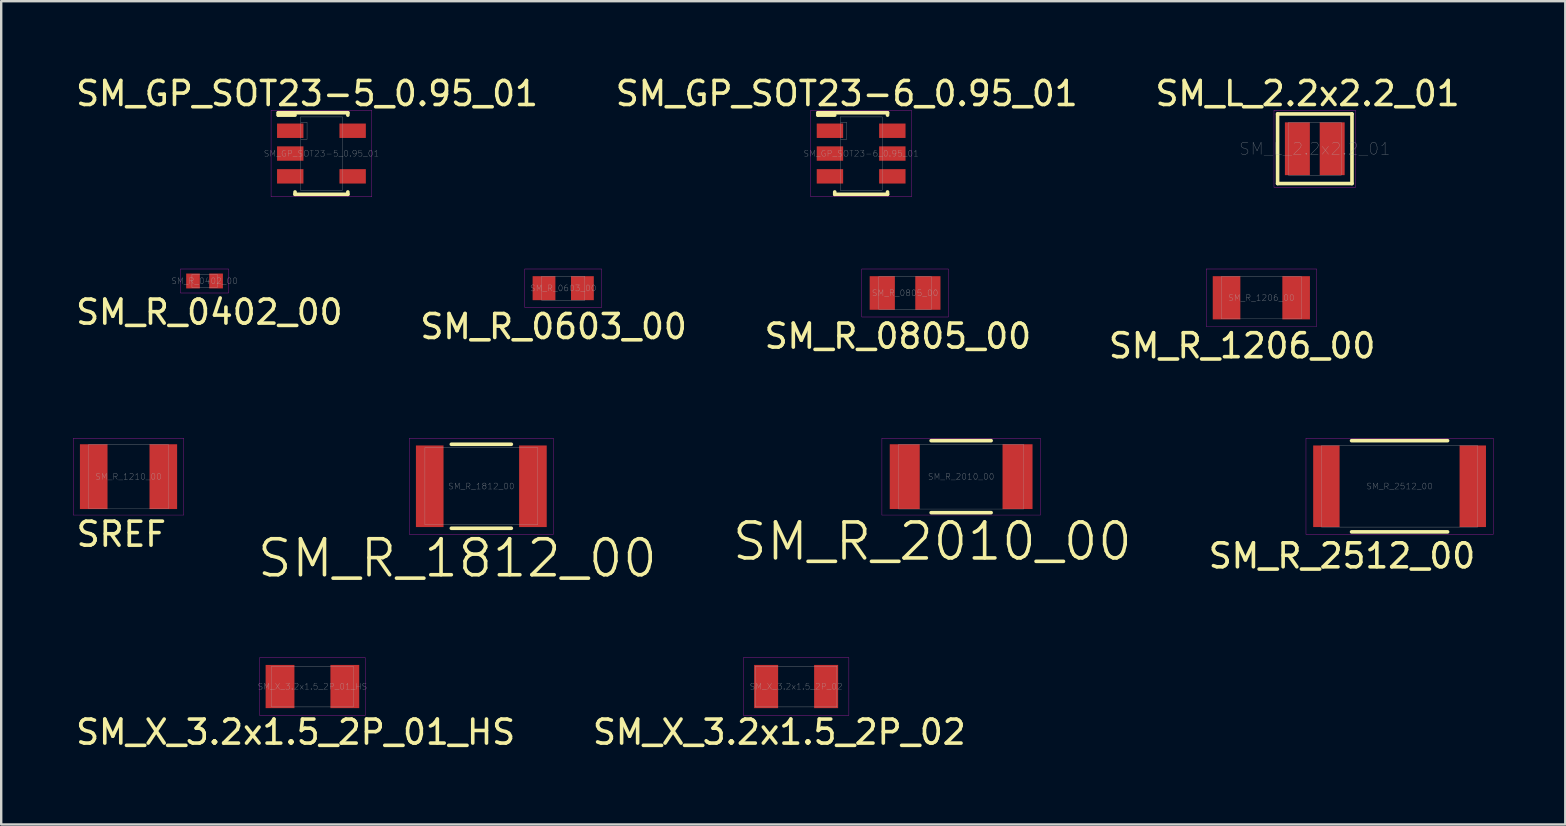
<source format=kicad_pcb>
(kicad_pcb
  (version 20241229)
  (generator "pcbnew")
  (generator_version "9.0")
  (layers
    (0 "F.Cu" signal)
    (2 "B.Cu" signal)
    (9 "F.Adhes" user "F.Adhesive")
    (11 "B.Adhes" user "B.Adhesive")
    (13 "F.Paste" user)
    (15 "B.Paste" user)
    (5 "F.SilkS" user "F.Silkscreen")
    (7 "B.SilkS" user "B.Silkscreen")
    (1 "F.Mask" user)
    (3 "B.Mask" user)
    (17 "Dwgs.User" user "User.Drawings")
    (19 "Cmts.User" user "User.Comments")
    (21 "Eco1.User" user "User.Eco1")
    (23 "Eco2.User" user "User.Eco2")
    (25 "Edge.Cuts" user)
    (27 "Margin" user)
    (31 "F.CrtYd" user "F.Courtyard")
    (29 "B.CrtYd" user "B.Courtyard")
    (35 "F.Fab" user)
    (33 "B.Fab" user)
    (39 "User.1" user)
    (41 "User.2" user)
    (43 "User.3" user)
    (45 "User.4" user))
  (footprint "SM_R_0603_00"
    (layer "F.Cu")
    (at 20.418 8.958)
    (property "Reference" "SM_R_0603_00" (at 0 0 0) (layer "F.Fab") (effects (font (size 0.25 0.25) (thickness 0.01))))
    (attr through_hole)
    (fp_line (start -1.6 -0.8) (end -1.6 0.8) (stroke (width 0.01) (type solid)) (layer "F.CrtYd"))
    (fp_line (start -1.6 0.8) (end 1.6 0.8) (stroke (width 0.01) (type solid)) (layer "F.CrtYd"))
    (fp_line (start 1.6 -0.8) (end -1.6 -0.8) (stroke (width 0.01) (type solid)) (layer "F.CrtYd"))
    (fp_line (start 1.6 0.8) (end 1.6 -0.8) (stroke (width 0.01) (type solid)) (layer "F.CrtYd"))
    (fp_line (start -0.9 -0.5) (end -0.9 0.5) (stroke (width 0.01) (type solid)) (layer "F.Fab"))
    (fp_line (start -0.9 0.5) (end 0.9 0.5) (stroke (width 0.01) (type solid)) (layer "F.Fab"))
    (fp_line (start 0.9 -0.5) (end -0.9 -0.5) (stroke (width 0.01) (type solid)) (layer "F.Fab"))
    (fp_line (start 0.9 0.5) (end 0.9 -0.5) (stroke (width 0.01) (type solid)) (layer "F.Fab"))
    (fp_text user "${REFERENCE}" (at -0.4 1.6 0) (layer "F.SilkS") (effects (font (size 1 1) (thickness 0.15))))
    (pad "1" smd rect (at -0.8 0) (size 0.95 1) (layers "F.Cu" "F.Mask" "F.Paste"))
    (pad "2" smd rect (at 0.8 0) (size 0.95 1) (layers "F.Cu" "F.Mask" "F.Paste")))
  (footprint "SM_GP_SOT23-6_0.95_01"
    (layer "F.Cu")
    (at 32.832 3.348)
    (property "Reference" "SM_GP_SOT23-6_0.95_01" (at 0 0 0) (layer "F.Fab") (effects (font (size 0.25 0.25) (thickness 0.01))))
    (attr through_hole)
    (fp_line (start -1.8 -1.7) (end -1.8 -1.6) (stroke (width 0.15) (type solid)) (layer "F.SilkS"))
    (fp_line (start -1.8 -1.6) (end -1.1 -1.6) (stroke (width 0.15) (type solid)) (layer "F.SilkS"))
    (fp_line (start -1.1 -1.7) (end -1.8 -1.7) (stroke (width 0.15) (type solid)) (layer "F.SilkS"))
    (fp_line (start -1.1 1.7) (end -1.1 1.6) (stroke (width 0.15) (type solid)) (layer "F.SilkS"))
    (fp_line (start -1.1 1.7) (end 1.1 1.7) (stroke (width 0.15) (type solid)) (layer "F.SilkS"))
    (fp_line (start 1.1 -1.7) (end -1.1 -1.7) (stroke (width 0.15) (type solid)) (layer "F.SilkS"))
    (fp_line (start 1.1 -1.7) (end 1.1 -1.6) (stroke (width 0.15) (type solid)) (layer "F.SilkS"))
    (fp_line (start 1.1 1.7) (end 1.1 1.6) (stroke (width 0.15) (type solid)) (layer "F.SilkS"))
    (fp_line (start -2.1 -1.8) (end -2.1 1.8) (stroke (width 0.01) (type solid)) (layer "F.CrtYd"))
    (fp_line (start -2.1 1.8) (end 2.1 1.8) (stroke (width 0.01) (type solid)) (layer "F.CrtYd"))
    (fp_line (start 2.1 -1.8) (end -2.1 -1.8) (stroke (width 0.01) (type solid)) (layer "F.CrtYd"))
    (fp_line (start 2.1 1.8) (end 2.1 -1.8) (stroke (width 0.01) (type solid)) (layer "F.CrtYd"))
    (fp_line (start -0.875 -1.525) (end -0.875 1.525) (stroke (width 0.01) (type solid)) (layer "F.Fab"))
    (fp_line (start -0.875 1.525) (end 0.875 1.525) (stroke (width 0.01) (type solid)) (layer "F.Fab"))
    (fp_line (start -0.85 -1.3) (end -0.6 -1.3) (stroke (width 0.01) (type solid)) (layer "F.Fab"))
    (fp_line (start -0.6 -1.3) (end -0.6 -0.6) (stroke (width 0.01) (type solid)) (layer "F.Fab"))
    (fp_line (start -0.6 -0.6) (end -0.85 -0.6) (stroke (width 0.01) (type solid)) (layer "F.Fab"))
    (fp_line (start 0.875 -1.525) (end -0.875 -1.525) (stroke (width 0.01) (type solid)) (layer "F.Fab"))
    (fp_line (start 0.875 1.525) (end 0.875 -1.525) (stroke (width 0.01) (type solid)) (layer "F.Fab"))
    (fp_text user "${REFERENCE}" (at -0.6 -2.5 0) (layer "F.SilkS") (effects (font (size 1 1) (thickness 0.15))))
    (pad "1" smd rect (at -1.3 -0.95) (size 1.1 0.6) (layers "F.Cu" "F.Mask" "F.Paste"))
    (pad "2" smd rect (at -1.3 0) (size 1.1 0.6) (layers "F.Cu" "F.Mask" "F.Paste"))
    (pad "3" smd rect (at -1.3 0.95) (size 1.1 0.6) (layers "F.Cu" "F.Mask" "F.Paste"))
    (pad "4" smd rect (at 1.3 0.95) (size 1.1 0.6) (layers "F.Cu" "F.Mask" "F.Paste"))
    (pad "5" smd rect (at 1.3 0) (size 1.1 0.6) (layers "F.Cu" "F.Mask" "F.Paste"))
    (pad "6" smd rect (at 1.3 -0.95) (size 1.1 0.6) (layers "F.Cu" "F.Mask" "F.Paste")))
  (footprint "SM_L_2.2x2.2_01"
    (layer "F.Cu")
    (at 51.735 3.148)
    (property "Reference" "SM_L_2.2x2.2_01" (at 0 0 0) (layer "F.Fab") (effects (font (size 0.5 0.5) (thickness 0.01))))
    (attr through_hole)
    (fp_line (start -1.55 -1.45) (end 1.55 -1.45) (stroke (width 0.15) (type solid)) (layer "F.SilkS"))
    (fp_line (start -1.55 1.45) (end -1.55 -1.45) (stroke (width 0.15) (type solid)) (layer "F.SilkS"))
    (fp_line (start 1.55 -1.45) (end 1.55 1.45) (stroke (width 0.15) (type solid)) (layer "F.SilkS"))
    (fp_line (start 1.55 1.45) (end -1.55 1.45) (stroke (width 0.15) (type solid)) (layer "F.SilkS"))
    (fp_line (start -1.7 -1.6) (end -1.7 1.6) (stroke (width 0.01) (type solid)) (layer "F.CrtYd"))
    (fp_line (start -1.7 1.6) (end 1.7 1.6) (stroke (width 0.01) (type solid)) (layer "F.CrtYd"))
    (fp_line (start -1.6 -1.6) (end -1.7 -1.6) (stroke (width 0.01) (type solid)) (layer "F.CrtYd"))
    (fp_line (start 1.7 -1.6) (end -1.6 -1.6) (stroke (width 0.01) (type solid)) (layer "F.CrtYd"))
    (fp_line (start 1.7 1.6) (end 1.7 -1.6) (stroke (width 0.01) (type solid)) (layer "F.CrtYd"))
    (fp_line (start -1.1 -1.1) (end -1.1 1.1) (stroke (width 0.01) (type solid)) (layer "F.Fab"))
    (fp_line (start -1.1 1.1) (end 1.1 1.1) (stroke (width 0.01) (type solid)) (layer "F.Fab"))
    (fp_line (start 1.1 -1.1) (end -1.1 -1.1) (stroke (width 0.01) (type solid)) (layer "F.Fab"))
    (fp_line (start 1.1 1.1) (end 1.1 -1.1) (stroke (width 0.01) (type solid)) (layer "F.Fab"))
    (fp_text user "${REFERENCE}" (at -0.3 -2.3 0) (layer "F.SilkS") (effects (font (size 1 1) (thickness 0.15))))
    (pad "1" smd rect (at -0.725 0) (size 1.04 2.2) (layers "F.Cu" "F.Mask" "F.Paste"))
    (pad "2" smd rect (at 0.725 0) (size 1.04 2.2) (layers "F.Cu" "F.Mask" "F.Paste")))
  (footprint "SM_X_3.2x1.5_2P_02"
    (layer "F.Cu")
    (at 30.123 25.557)
    (property "Reference" "SM_X_3.2x1.5_2P_02" (at 0 0 0) (layer "F.Fab") (effects (font (size 0.25 0.25) (thickness 0.01))))
    (attr through_hole)
    (fp_line (start -2.2 -1.2) (end -2.2 1.2) (stroke (width 0.01) (type solid)) (layer "F.CrtYd"))
    (fp_line (start -2.2 1.2) (end 2.2 1.2) (stroke (width 0.01) (type solid)) (layer "F.CrtYd"))
    (fp_line (start 2.2 -1.2) (end -2.2 -1.2) (stroke (width 0.01) (type solid)) (layer "F.CrtYd"))
    (fp_line (start 2.2 1.2) (end 2.2 -1.2) (stroke (width 0.01) (type solid)) (layer "F.CrtYd"))
    (fp_line (start -1.7 -0.85) (end -1.7 0.85) (stroke (width 0.01) (type solid)) (layer "F.Fab"))
    (fp_line (start -1.7 0.85) (end 1.7 0.85) (stroke (width 0.01) (type solid)) (layer "F.Fab"))
    (fp_line (start 1.7 -0.85) (end -1.7 -0.85) (stroke (width 0.01) (type solid)) (layer "F.Fab"))
    (fp_line (start 1.7 0.85) (end 1.7 -0.85) (stroke (width 0.01) (type solid)) (layer "F.Fab"))
    (fp_text user "${REFERENCE}" (at -0.7 1.9 0) (layer "F.SilkS") (effects (font (size 1 1) (thickness 0.15))))
    (pad "1" smd rect (at -1.25 0) (size 1 1.8) (layers "F.Cu" "F.Mask" "F.Paste"))
    (pad "2" smd rect (at 1.25 0) (size 1 1.8) (layers "F.Cu" "F.Mask" "F.Paste")))
  (footprint "SM_R_2010_00"
    (layer "F.Cu")
    (at 36.999 16.811)
    (property "Reference" "SM_R_2010_00" (at 0 0 0) (layer "F.Fab") (effects (font (size 0.25 0.25) (thickness 0.01))))
    (attr through_hole)
    (fp_line (start -1.25 -1.5) (end 1.25 -1.5) (stroke (width 0.15) (type solid)) (layer "F.SilkS"))
    (fp_line (start -1.25 1.5) (end 1.25 1.5) (stroke (width 0.15) (type solid)) (layer "F.SilkS"))
    (fp_line (start -3.3 -1.6) (end -3.3 1.6) (stroke (width 0.01) (type solid)) (layer "F.CrtYd"))
    (fp_line (start -3.3 1.6) (end 3.3 1.6) (stroke (width 0.01) (type solid)) (layer "F.CrtYd"))
    (fp_line (start 3.3 -1.6) (end -3.3 -1.6) (stroke (width 0.01) (type solid)) (layer "F.CrtYd"))
    (fp_line (start 3.3 1.6) (end 3.3 -1.6) (stroke (width 0.01) (type solid)) (layer "F.CrtYd"))
    (fp_line (start -2.6 -1.35) (end -2.6 1.35) (stroke (width 0.01) (type solid)) (layer "F.Fab"))
    (fp_line (start -2.6 1.35) (end 2.6 1.35) (stroke (width 0.01) (type solid)) (layer "F.Fab"))
    (fp_line (start 2.6 -1.35) (end -2.6 -1.35) (stroke (width 0.01) (type solid)) (layer "F.Fab"))
    (fp_line (start 2.6 1.35) (end 2.6 -1.35) (stroke (width 0.01) (type solid)) (layer "F.Fab"))
    (fp_text user "${REFERENCE}" (at -1.2 2.7 0) (layer "F.SilkS") (effects (font (size 1.5 1.5) (thickness 0.15))))
    (pad "1" smd rect (at -2.35 0) (size 1.25 2.7) (layers "F.Cu" "F.Mask" "F.Paste"))
    (pad "2" smd rect (at 2.35 0) (size 1.25 2.7) (layers "F.Cu" "F.Mask" "F.Paste")))
  (footprint "SM_R_1206_00"
    (layer "F.Cu")
    (at 49.508 9.358)
    (property "Reference" "SM_R_1206_00" (at 0 0 0) (layer "F.Fab") (effects (font (size 0.25 0.25) (thickness 0.01))))
    (attr through_hole)
    (fp_line (start -2.3 -1.2) (end -2.3 1.2) (stroke (width 0.01) (type solid)) (layer "F.CrtYd"))
    (fp_line (start -2.3 1.2) (end 2.3 1.2) (stroke (width 0.01) (type solid)) (layer "F.CrtYd"))
    (fp_line (start 2.3 -1.2) (end -2.3 -1.2) (stroke (width 0.01) (type solid)) (layer "F.CrtYd"))
    (fp_line (start 2.3 1.2) (end 2.3 -1.2) (stroke (width 0.01) (type solid)) (layer "F.CrtYd"))
    (fp_line (start -1.675 -0.875) (end -1.675 0.875) (stroke (width 0.01) (type solid)) (layer "F.Fab"))
    (fp_line (start -1.675 0.875) (end 1.675 0.875) (stroke (width 0.01) (type solid)) (layer "F.Fab"))
    (fp_line (start 1.675 -0.875) (end -1.675 -0.875) (stroke (width 0.01) (type solid)) (layer "F.Fab"))
    (fp_line (start 1.675 0.875) (end 1.675 -0.875) (stroke (width 0.01) (type solid)) (layer "F.Fab"))
    (fp_text user "${REFERENCE}" (at -0.8 2 0) (layer "F.SilkS") (effects (font (size 1 1) (thickness 0.15))))
    (pad "1" smd rect (at -1.45 0) (size 1.15 1.8) (layers "F.Cu" "F.Mask" "F.Paste"))
    (pad "2" smd rect (at 1.45 0) (size 1.15 1.8) (layers "F.Cu" "F.Mask" "F.Paste")))
  (footprint "SM_GP_SOT23-5_0.95_01"
    (layer "F.Cu")
    (at 10.344 3.348)
    (property "Reference" "SM_GP_SOT23-5_0.95_01" (at 0 0 0) (layer "F.Fab") (effects (font (size 0.25 0.25) (thickness 0.01))))
    (attr through_hole)
    (fp_line (start -1.8 -1.7) (end -1.8 -1.6) (stroke (width 0.15) (type solid)) (layer "F.SilkS"))
    (fp_line (start -1.8 -1.6) (end -1.1 -1.6) (stroke (width 0.15) (type solid)) (layer "F.SilkS"))
    (fp_line (start -1.1 -1.7) (end -1.8 -1.7) (stroke (width 0.15) (type solid)) (layer "F.SilkS"))
    (fp_line (start -1.1 1.7) (end -1.1 1.6) (stroke (width 0.15) (type solid)) (layer "F.SilkS"))
    (fp_line (start -1.1 1.7) (end 1.1 1.7) (stroke (width 0.15) (type solid)) (layer "F.SilkS"))
    (fp_line (start 1.1 -1.7) (end -1.1 -1.7) (stroke (width 0.15) (type solid)) (layer "F.SilkS"))
    (fp_line (start 1.1 -1.7) (end 1.1 -1.6) (stroke (width 0.15) (type solid)) (layer "F.SilkS"))
    (fp_line (start 1.1 1.7) (end 1.1 1.6) (stroke (width 0.15) (type solid)) (layer "F.SilkS"))
    (fp_line (start -2.1 -1.8) (end -2.1 1.8) (stroke (width 0.01) (type solid)) (layer "F.CrtYd"))
    (fp_line (start -2.1 1.8) (end 2.1 1.8) (stroke (width 0.01) (type solid)) (layer "F.CrtYd"))
    (fp_line (start 2.1 -1.8) (end -2.1 -1.8) (stroke (width 0.01) (type solid)) (layer "F.CrtYd"))
    (fp_line (start 2.1 1.8) (end 2.1 -1.8) (stroke (width 0.01) (type solid)) (layer "F.CrtYd"))
    (fp_line (start -0.875 -1.525) (end -0.875 1.525) (stroke (width 0.01) (type solid)) (layer "F.Fab"))
    (fp_line (start -0.875 1.525) (end 0.875 1.525) (stroke (width 0.01) (type solid)) (layer "F.Fab"))
    (fp_line (start -0.85 -1.3) (end -0.6 -1.3) (stroke (width 0.01) (type solid)) (layer "F.Fab"))
    (fp_line (start -0.6 -1.3) (end -0.6 -0.6) (stroke (width 0.01) (type solid)) (layer "F.Fab"))
    (fp_line (start -0.6 -0.6) (end -0.85 -0.6) (stroke (width 0.01) (type solid)) (layer "F.Fab"))
    (fp_line (start 0.875 -1.525) (end -0.875 -1.525) (stroke (width 0.01) (type solid)) (layer "F.Fab"))
    (fp_line (start 0.875 1.525) (end 0.875 -1.525) (stroke (width 0.01) (type solid)) (layer "F.Fab"))
    (fp_text user "${REFERENCE}" (at -0.6 -2.5 0) (layer "F.SilkS") (effects (font (size 1 1) (thickness 0.15))))
    (pad "1" smd rect (at -1.3 -0.95) (size 1.1 0.6) (layers "F.Cu" "F.Mask" "F.Paste"))
    (pad "2" smd rect (at -1.3 0) (size 1.1 0.6) (layers "F.Cu" "F.Mask" "F.Paste"))
    (pad "3" smd rect (at -1.3 0.95) (size 1.1 0.6) (layers "F.Cu" "F.Mask" "F.Paste"))
    (pad "4" smd rect (at 1.3 0.95) (size 1.1 0.6) (layers "F.Cu" "F.Mask" "F.Paste"))
    (pad "5" smd rect (at 1.3 -0.95) (size 1.1 0.6) (layers "F.Cu" "F.Mask" "F.Paste")))
  (footprint "SM_R_0805_00"
    (layer "F.Cu")
    (at 34.663 9.158)
    (property "Reference" "SM_R_0805_00" (at 0 0 0) (layer "F.Fab") (effects (font (size 0.25 0.25) (thickness 0.01))))
    (attr through_hole)
    (fp_line (start -1.8 -1) (end -1.8 1) (stroke (width 0.01) (type solid)) (layer "F.CrtYd"))
    (fp_line (start -1.8 1) (end 1.8 1) (stroke (width 0.01) (type solid)) (layer "F.CrtYd"))
    (fp_line (start 1.8 -1) (end -1.8 -1) (stroke (width 0.01) (type solid)) (layer "F.CrtYd"))
    (fp_line (start 1.8 1) (end 1.8 -1) (stroke (width 0.01) (type solid)) (layer "F.CrtYd"))
    (fp_line (start -1.1 -0.675) (end -1.1 0.675) (stroke (width 0.01) (type solid)) (layer "F.Fab"))
    (fp_line (start -1.1 0.675) (end 1.1 0.675) (stroke (width 0.01) (type solid)) (layer "F.Fab"))
    (fp_line (start 1.1 -0.675) (end -1.1 -0.675) (stroke (width 0.01) (type solid)) (layer "F.Fab"))
    (fp_line (start 1.1 0.675) (end 1.1 -0.675) (stroke (width 0.01) (type solid)) (layer "F.Fab"))
    (fp_text user "${REFERENCE}" (at -0.3 1.8 0) (layer "F.SilkS") (effects (font (size 1 1) (thickness 0.15))))
    (pad "1" smd rect (at -0.95 0) (size 1.05 1.4) (layers "F.Cu" "F.Mask" "F.Paste"))
    (pad "2" smd rect (at 0.95 0) (size 1.05 1.4) (layers "F.Cu" "F.Mask" "F.Paste")))
  (footprint "SM_R_1210_00"
    (layer "F.Cu")
    (at 2.305 16.811)
    (property "Reference" "SM_R_1210_00" (at 0 0 0) (layer "F.Fab") (effects (font (size 0.25 0.25) (thickness 0.01))))
    (attr through_hole)
    (fp_line (start -2.3 -1.6) (end -2.3 1.6) (stroke (width 0.01) (type solid)) (layer "F.CrtYd"))
    (fp_line (start -2.3 1.6) (end 2.3 1.6) (stroke (width 0.01) (type solid)) (layer "F.CrtYd"))
    (fp_line (start 2.3 -1.6) (end -2.3 -1.6) (stroke (width 0.01) (type solid)) (layer "F.CrtYd"))
    (fp_line (start 2.3 1.6) (end 2.3 -1.6) (stroke (width 0.01) (type solid)) (layer "F.CrtYd"))
    (fp_line (start -1.675 -1.325) (end -1.675 1.325) (stroke (width 0.01) (type solid)) (layer "F.Fab"))
    (fp_line (start -1.675 1.325) (end 1.675 1.325) (stroke (width 0.01) (type solid)) (layer "F.Fab"))
    (fp_line (start 1.675 -1.325) (end -1.675 -1.325) (stroke (width 0.01) (type solid)) (layer "F.Fab"))
    (fp_line (start 1.675 1.325) (end 1.675 -1.325) (stroke (width 0.01) (type solid)) (layer "F.Fab"))
    (fp_text user "SREF" (at -0.3 2.4 0) (layer "F.SilkS") (effects (font (size 1 1) (thickness 0.15))))
    (pad "1" smd rect (at -1.45 0) (size 1.15 2.7) (layers "F.Cu" "F.Mask" "F.Paste"))
    (pad "2" smd rect (at 1.45 0) (size 1.15 2.7) (layers "F.Cu" "F.Mask" "F.Paste")))
  (footprint "SM_R_0402_00"
    (layer "F.Cu")
    (at 5.473 8.658)
    (property "Reference" "SM_R_0402_00" (at 0 0 0) (layer "F.Fab") (effects (font (size 0.25 0.25) (thickness 0.01))))
    (attr through_hole)
    (fp_line (start -1 -0.5) (end -1 0.5) (stroke (width 0.01) (type solid)) (layer "F.CrtYd"))
    (fp_line (start -1 0.5) (end 1 0.5) (stroke (width 0.01) (type solid)) (layer "F.CrtYd"))
    (fp_line (start 1 -0.5) (end -1 -0.5) (stroke (width 0.01) (type solid)) (layer "F.CrtYd"))
    (fp_line (start 1 0.5) (end 1 -0.5) (stroke (width 0.01) (type solid)) (layer "F.CrtYd"))
    (fp_line (start -0.525 -0.275) (end -0.525 0.275) (stroke (width 0.01) (type solid)) (layer "F.Fab"))
    (fp_line (start -0.525 0.275) (end 0.525 0.275) (stroke (width 0.01) (type solid)) (layer "F.Fab"))
    (fp_line (start 0.525 -0.275) (end -0.525 -0.275) (stroke (width 0.01) (type solid)) (layer "F.Fab"))
    (fp_line (start 0.525 0.275) (end 0.525 -0.275) (stroke (width 0.01) (type solid)) (layer "F.Fab"))
    (fp_text user "${REFERENCE}" (at 0.2 1.3 0) (layer "F.SilkS") (effects (font (size 1 1) (thickness 0.15))))
    (pad "1" smd rect (at -0.48 0) (size 0.57 0.62) (layers "F.Cu" "F.Mask" "F.Paste"))
    (pad "2" smd rect (at 0.48 0) (size 0.57 0.62) (layers "F.Cu" "F.Mask" "F.Paste")))
  (footprint "SM_R_1812_00"
    (layer "F.Cu")
    (at 17.006 17.212)
    (property "Reference" "SM_R_1812_00" (at 0 0 0) (layer "F.Fab") (effects (font (size 0.25 0.25) (thickness 0.01))))
    (attr through_hole)
    (fp_line (start -1.25 -1.75) (end 1.25 -1.75) (stroke (width 0.15) (type solid)) (layer "F.SilkS"))
    (fp_line (start 1.25 1.75) (end -1.25 1.75) (stroke (width 0.15) (type solid)) (layer "F.SilkS"))
    (fp_line (start -3 -2) (end -3 2) (stroke (width 0.01) (type solid)) (layer "F.CrtYd"))
    (fp_line (start -3 2) (end 3 2) (stroke (width 0.01) (type solid)) (layer "F.CrtYd"))
    (fp_line (start 3 -2) (end -3 -2) (stroke (width 0.01) (type solid)) (layer "F.CrtYd"))
    (fp_line (start 3 2) (end 3 -2) (stroke (width 0.01) (type solid)) (layer "F.CrtYd"))
    (fp_line (start -2.35 -1.6) (end -2.35 1.6) (stroke (width 0.01) (type solid)) (layer "F.Fab"))
    (fp_line (start -2.35 1.6) (end 2.35 1.6) (stroke (width 0.01) (type solid)) (layer "F.Fab"))
    (fp_line (start 2.35 -1.6) (end -2.35 -1.6) (stroke (width 0.01) (type solid)) (layer "F.Fab"))
    (fp_line (start 2.35 1.6) (end 2.35 -1.6) (stroke (width 0.01) (type solid)) (layer "F.Fab"))
    (fp_text user "${REFERENCE}" (at -1 3 0) (layer "F.SilkS") (effects (font (size 1.5 1.5) (thickness 0.15))))
    (pad "1" smd rect (at -2.15 0) (size 1.15 3.4) (layers "F.Cu" "F.Mask" "F.Paste"))
    (pad "2" smd rect (at 2.15 0) (size 1.15 3.4) (layers "F.Cu" "F.Mask" "F.Paste")))
  (footprint "SM_R_2512_00"
    (layer "F.Cu")
    (at 55.268 17.212)
    (property "Reference" "SM_R_2512_00" (at 0 0 0) (layer "F.Fab") (effects (font (size 0.25 0.25) (thickness 0.01))))
    (attr through_hole)
    (fp_line (start -2 -1.9) (end 2 -1.9) (stroke (width 0.15) (type solid)) (layer "F.SilkS"))
    (fp_line (start -2 1.9) (end 2 1.9) (stroke (width 0.15) (type solid)) (layer "F.SilkS"))
    (fp_line (start -3.9 -2) (end -3.9 2) (stroke (width 0.01) (type solid)) (layer "F.CrtYd"))
    (fp_line (start -3.9 2) (end 3.9 2) (stroke (width 0.01) (type solid)) (layer "F.CrtYd"))
    (fp_line (start 3.9 -2) (end -3.9 -2) (stroke (width 0.01) (type solid)) (layer "F.CrtYd"))
    (fp_line (start 3.9 2) (end 3.9 -2) (stroke (width 0.01) (type solid)) (layer "F.CrtYd"))
    (fp_line (start -3.25 -1.7) (end -3.25 1.7) (stroke (width 0.01) (type solid)) (layer "F.Fab"))
    (fp_line (start -3.25 1.7) (end 3.25 1.7) (stroke (width 0.01) (type solid)) (layer "F.Fab"))
    (fp_line (start 3.25 -1.7) (end -3.25 -1.7) (stroke (width 0.01) (type solid)) (layer "F.Fab"))
    (fp_line (start 3.25 1.7) (end 3.25 -1.7) (stroke (width 0.01) (type solid)) (layer "F.Fab"))
    (fp_text user "${REFERENCE}" (at -2.4 2.9 0) (layer "F.SilkS") (effects (font (size 1 1) (thickness 0.15))))
    (pad "1" smd rect (at -3.05 0) (size 1.1 3.4) (layers "F.Cu" "F.Mask" "F.Paste"))
    (pad "2" smd rect (at 3.05 0) (size 1.1 3.4) (layers "F.Cu" "F.Mask" "F.Paste")))
  (footprint "SM_X_3.2x1.5_2P_01_HS"
    (layer "F.Cu")
    (at 9.968 25.557)
    (property "Reference" "SM_X_3.2x1.5_2P_01_HS" (at 0 0 0) (layer "F.Fab") (effects (font (size 0.25 0.25) (thickness 0.01))))
    (attr through_hole)
    (fp_line (start -2.2 -1.2) (end -2.2 1.2) (stroke (width 0.01) (type solid)) (layer "F.CrtYd"))
    (fp_line (start -2.2 1.2) (end 2.2 1.2) (stroke (width 0.01) (type solid)) (layer "F.CrtYd"))
    (fp_line (start 2.2 -1.2) (end -2.2 -1.2) (stroke (width 0.01) (type solid)) (layer "F.CrtYd"))
    (fp_line (start 2.2 1.2) (end 2.2 -1.2) (stroke (width 0.01) (type solid)) (layer "F.CrtYd"))
    (fp_line (start -1.7 -0.85) (end -1.7 0.85) (stroke (width 0.01) (type solid)) (layer "F.Fab"))
    (fp_line (start -1.7 0.85) (end 1.7 0.85) (stroke (width 0.01) (type solid)) (layer "F.Fab"))
    (fp_line (start 1.7 -0.85) (end -1.7 -0.85) (stroke (width 0.01) (type solid)) (layer "F.Fab"))
    (fp_line (start 1.7 0.85) (end 1.7 -0.85) (stroke (width 0.01) (type solid)) (layer "F.Fab"))
    (fp_text user "${REFERENCE}" (at -0.7 1.9 0) (layer "F.SilkS") (effects (font (size 1 1) (thickness 0.15))))
    (pad "1" smd rect (at -1.35 0) (size 1.2 1.8) (layers "F.Cu" "F.Mask" "F.Paste"))
    (pad "2" smd rect (at 1.35 0) (size 1.2 1.8) (layers "F.Cu" "F.Mask" "F.Paste")))
  (gr_rect
    (start -3 -3)
    (end 62.173 31.305)
    (stroke (width 0.1) (type default))
    (fill no)
    (layer "Edge.Cuts")))
</source>
